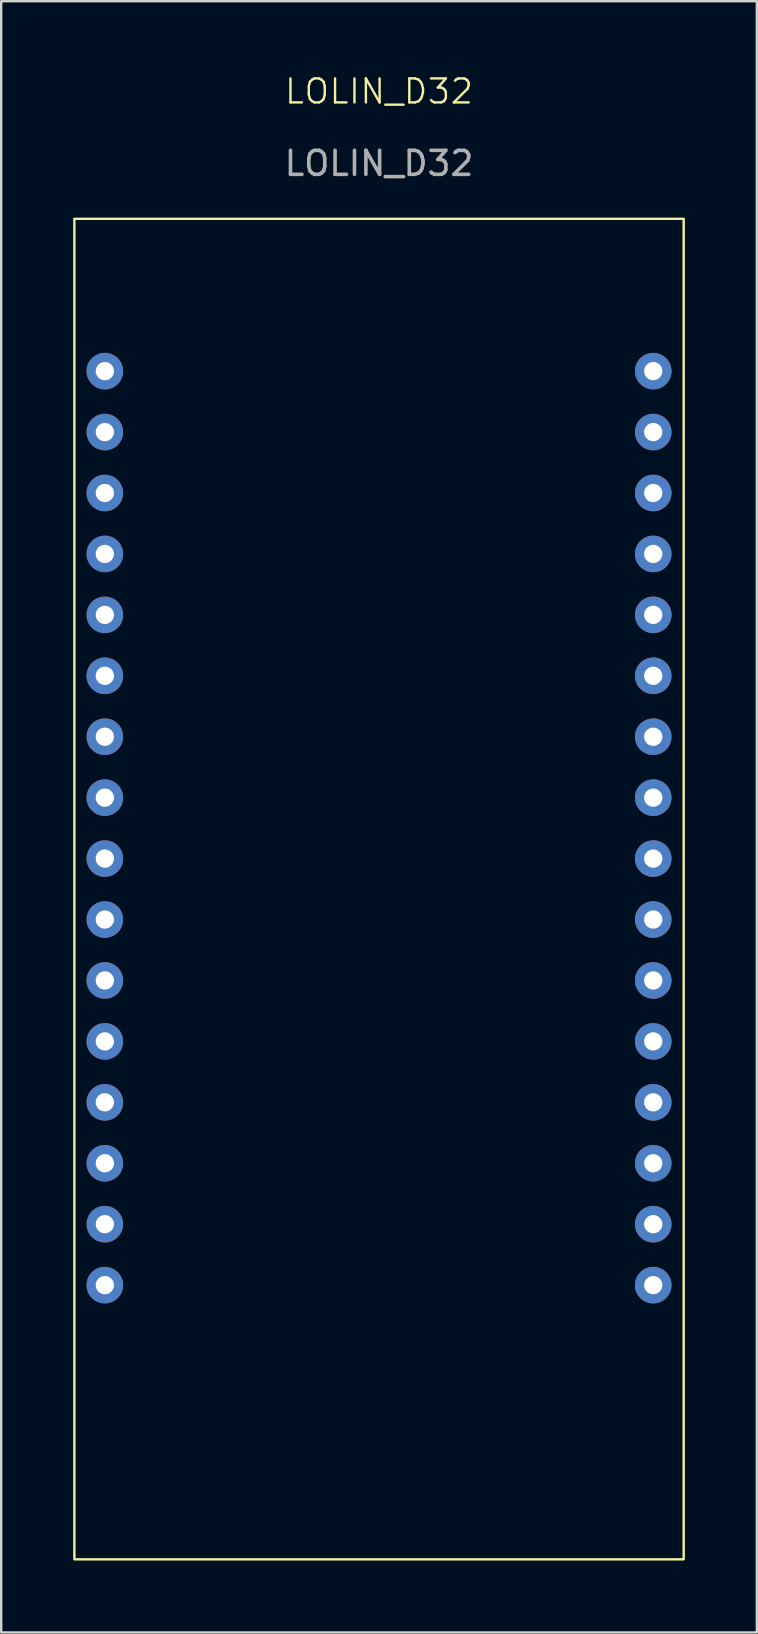
<source format=kicad_pcb>
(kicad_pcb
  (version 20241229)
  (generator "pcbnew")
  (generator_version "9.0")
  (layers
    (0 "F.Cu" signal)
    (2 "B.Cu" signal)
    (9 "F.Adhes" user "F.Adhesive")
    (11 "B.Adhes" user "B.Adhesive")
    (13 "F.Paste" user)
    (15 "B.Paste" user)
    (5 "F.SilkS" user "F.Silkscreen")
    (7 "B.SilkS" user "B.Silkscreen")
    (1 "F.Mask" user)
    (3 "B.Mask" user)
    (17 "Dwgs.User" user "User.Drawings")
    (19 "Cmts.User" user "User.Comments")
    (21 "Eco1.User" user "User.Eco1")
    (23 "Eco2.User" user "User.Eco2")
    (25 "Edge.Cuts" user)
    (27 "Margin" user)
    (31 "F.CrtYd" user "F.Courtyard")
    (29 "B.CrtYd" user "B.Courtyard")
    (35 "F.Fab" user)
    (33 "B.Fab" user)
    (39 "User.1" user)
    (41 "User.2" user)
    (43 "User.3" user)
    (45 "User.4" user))
  (footprint "LOLIN_D32"
    (layer "F.Cu")
    (at 12.75 30.201)
    (property "Reference" "LOLIN_D32" (at 0 -29.44 0) (unlocked yes) (layer "F.SilkS") (effects (font (size 1 1) (thickness 0.1))))
    (attr through_hole)
    (fp_rect (start -12.7 -24.13) (end 12.7 31.75) (stroke (width 0.1) (type default)) (fill no) (layer "F.SilkS"))
    (fp_text user "${REFERENCE}" (at 0 -26.44 0) (unlocked yes) (layer "F.Fab") (effects (font (size 1 1) (thickness 0.15))))
    (pad "1" thru_hole circle (at -11.43 -17.78) (size 1.524 1.524) (drill 0.762) (layers "*.Cu" "*.Mask"))
    (pad "2" thru_hole circle (at -11.43 -15.24) (size 1.524 1.524) (drill 0.762) (layers "*.Cu" "*.Mask"))
    (pad "3" thru_hole circle (at -11.43 -12.7) (size 1.524 1.524) (drill 0.762) (layers "*.Cu" "*.Mask"))
    (pad "4" thru_hole circle (at -11.43 -10.16) (size 1.524 1.524) (drill 0.762) (layers "*.Cu" "*.Mask"))
    (pad "5" thru_hole circle (at -11.43 -7.62) (size 1.524 1.524) (drill 0.762) (layers "*.Cu" "*.Mask"))
    (pad "6" thru_hole circle (at -11.43 -5.08) (size 1.524 1.524) (drill 0.762) (layers "*.Cu" "*.Mask"))
    (pad "7" thru_hole circle (at -11.43 -2.54) (size 1.524 1.524) (drill 0.762) (layers "*.Cu" "*.Mask"))
    (pad "8" thru_hole circle (at -11.43 0) (size 1.524 1.524) (drill 0.762) (layers "*.Cu" "*.Mask"))
    (pad "9" thru_hole circle (at -11.43 2.54) (size 1.524 1.524) (drill 0.762) (layers "*.Cu" "*.Mask"))
    (pad "10" thru_hole circle (at -11.43 5.08) (size 1.524 1.524) (drill 0.762) (layers "*.Cu" "*.Mask"))
    (pad "11" thru_hole circle (at -11.43 7.62) (size 1.524 1.524) (drill 0.762) (layers "*.Cu" "*.Mask"))
    (pad "12" thru_hole circle (at -11.43 10.16) (size 1.524 1.524) (drill 0.762) (layers "*.Cu" "*.Mask"))
    (pad "13" thru_hole circle (at -11.43 12.7) (size 1.524 1.524) (drill 0.762) (layers "*.Cu" "*.Mask"))
    (pad "14" thru_hole circle (at -11.43 15.24) (size 1.524 1.524) (drill 0.762) (layers "*.Cu" "*.Mask"))
    (pad "15" thru_hole circle (at -11.43 17.78) (size 1.524 1.524) (drill 0.762) (layers "*.Cu" "*.Mask"))
    (pad "16" thru_hole circle (at -11.43 20.32) (size 1.524 1.524) (drill 0.762) (layers "*.Cu" "*.Mask"))
    (pad "17" thru_hole circle (at 11.43 -17.78) (size 1.524 1.524) (drill 0.762) (layers "*.Cu" "*.Mask"))
    (pad "18" thru_hole circle (at 11.43 -15.24) (size 1.524 1.524) (drill 0.762) (layers "*.Cu" "*.Mask"))
    (pad "19" thru_hole circle (at 11.43 -12.7) (size 1.524 1.524) (drill 0.762) (layers "*.Cu" "*.Mask"))
    (pad "20" thru_hole circle (at 11.43 -10.16) (size 1.524 1.524) (drill 0.762) (layers "*.Cu" "*.Mask"))
    (pad "21" thru_hole circle (at 11.43 -7.62) (size 1.524 1.524) (drill 0.762) (layers "*.Cu" "*.Mask"))
    (pad "22" thru_hole circle (at 11.43 -5.08) (size 1.524 1.524) (drill 0.762) (layers "*.Cu" "*.Mask"))
    (pad "23" thru_hole circle (at 11.43 -2.54) (size 1.524 1.524) (drill 0.762) (layers "*.Cu" "*.Mask"))
    (pad "24" thru_hole circle (at 11.43 0) (size 1.524 1.524) (drill 0.762) (layers "*.Cu" "*.Mask"))
    (pad "25" thru_hole circle (at 11.43 2.54) (size 1.524 1.524) (drill 0.762) (layers "*.Cu" "*.Mask"))
    (pad "26" thru_hole circle (at 11.43 5.08) (size 1.524 1.524) (drill 0.762) (layers "*.Cu" "*.Mask"))
    (pad "27" thru_hole circle (at 11.43 7.62) (size 1.524 1.524) (drill 0.762) (layers "*.Cu" "*.Mask"))
    (pad "28" thru_hole circle (at 11.43 10.16) (size 1.524 1.524) (drill 0.762) (layers "*.Cu" "*.Mask"))
    (pad "29" thru_hole circle (at 11.43 12.7) (size 1.524 1.524) (drill 0.762) (layers "*.Cu" "*.Mask"))
    (pad "30" thru_hole circle (at 11.43 15.24) (size 1.524 1.524) (drill 0.762) (layers "*.Cu" "*.Mask"))
    (pad "31" thru_hole circle (at 11.43 17.78) (size 1.524 1.524) (drill 0.762) (layers "*.Cu" "*.Mask"))
    (pad "32" thru_hole circle (at 11.43 20.32) (size 1.524 1.524) (drill 0.762) (layers "*.Cu" "*.Mask")))
  (gr_rect
    (start -3 -3)
    (end 28.5 65.001)
    (stroke (width 0.1) (type default))
    (fill no)
    (layer "Edge.Cuts")))
</source>
